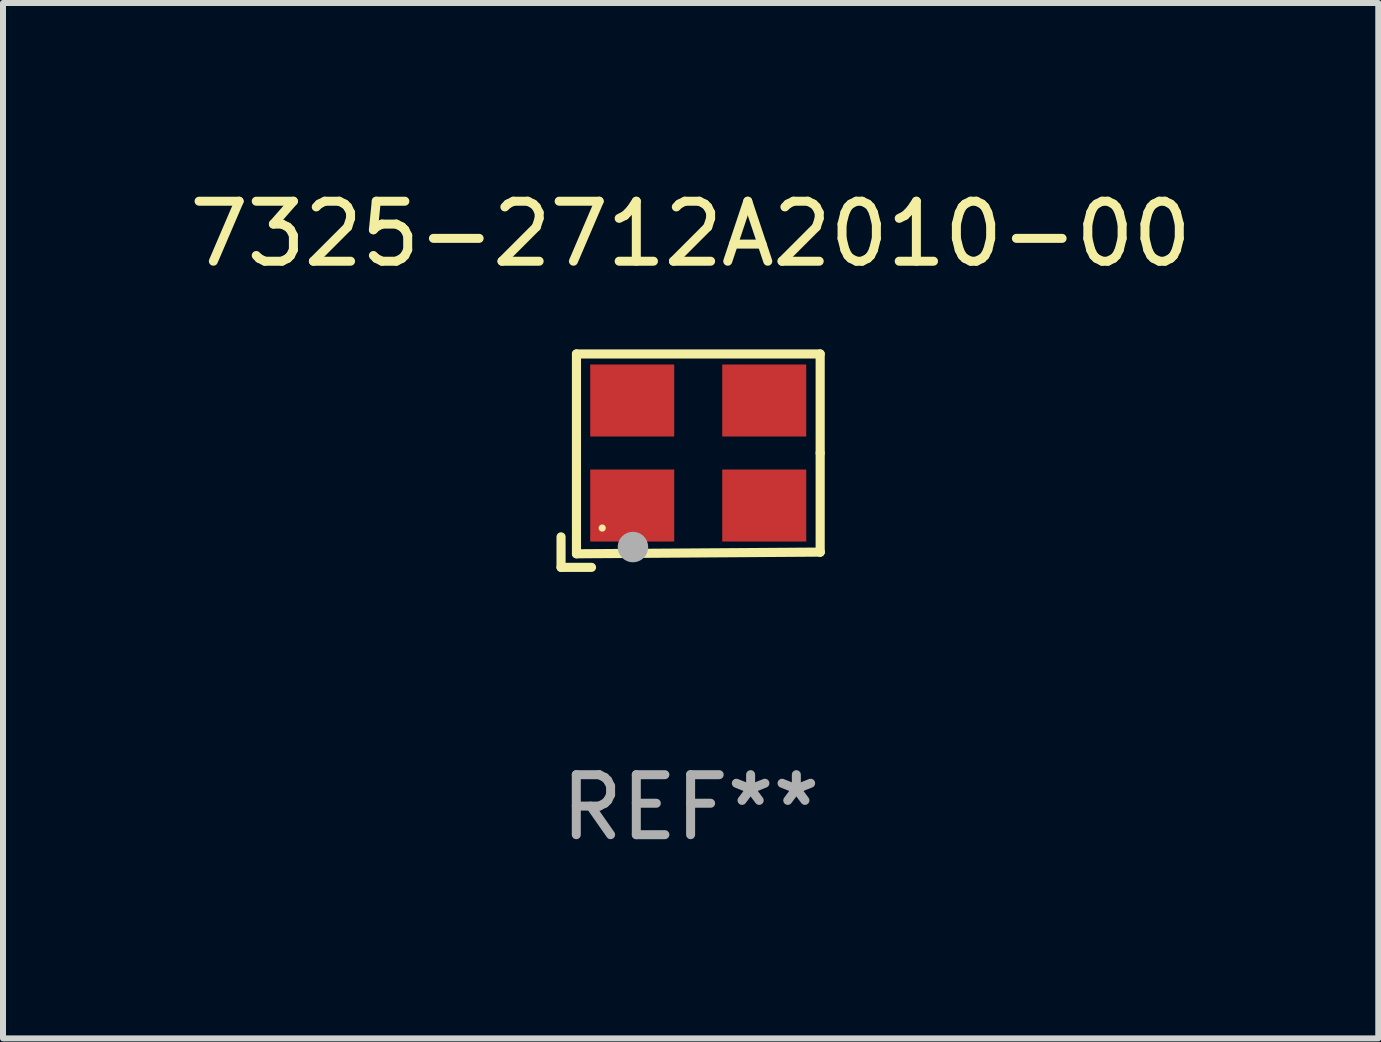
<source format=kicad_pcb>
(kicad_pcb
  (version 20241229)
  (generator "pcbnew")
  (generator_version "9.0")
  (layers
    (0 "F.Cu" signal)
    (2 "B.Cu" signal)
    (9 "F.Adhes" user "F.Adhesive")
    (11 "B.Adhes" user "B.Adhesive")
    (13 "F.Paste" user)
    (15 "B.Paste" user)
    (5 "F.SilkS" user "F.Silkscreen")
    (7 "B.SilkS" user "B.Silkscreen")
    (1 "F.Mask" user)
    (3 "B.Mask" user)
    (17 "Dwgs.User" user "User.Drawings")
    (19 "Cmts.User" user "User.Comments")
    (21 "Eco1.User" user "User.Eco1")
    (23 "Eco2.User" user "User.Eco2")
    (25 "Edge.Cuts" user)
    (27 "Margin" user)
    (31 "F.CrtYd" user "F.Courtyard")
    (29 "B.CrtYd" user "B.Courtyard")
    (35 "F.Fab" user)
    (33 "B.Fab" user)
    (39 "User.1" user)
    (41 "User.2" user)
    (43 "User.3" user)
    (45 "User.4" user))
  (footprint "7325-2712A2010-00"
    (layer "F.Cu")
    (at 8.458 4.626)
    (property "Reference" "7325-2712A2010-00" (at 0 -3.778 0) (layer "F.SilkS") (effects (font (size 1 1) (thickness 0.15))))
    (attr through_hole)
    (fp_line (start -2.159 1.27) (end -2.159 1.778) (stroke (width 0.152) (type solid)) (layer "F.SilkS"))
    (fp_line (start -2.159 1.778) (end -1.651 1.778) (stroke (width 0.152) (type solid)) (layer "F.SilkS"))
    (fp_line (start -1.902 -1.778) (end 2.159 -1.778) (stroke (width 0.152) (type solid)) (layer "F.SilkS"))
    (fp_line (start -1.902 1.552) (end -1.902 -1.778) (stroke (width 0.152) (type solid)) (layer "F.SilkS"))
    (fp_line (start 2.159 -1.778) (end 2.159 -0.127) (stroke (width 0.152) (type solid)) (layer "F.SilkS"))
    (fp_line (start 2.159 -0.127) (end 2.159 1.524) (stroke (width 0.152) (type solid)) (layer "F.SilkS"))
    (fp_line (start 2.159 1.524) (end -1.902 1.552) (stroke (width 0.152) (type solid)) (layer "F.SilkS"))
    (fp_line (start 2.159 1.524) (end 2.159 1.524) (stroke (width 0.152) (type solid)) (layer "F.SilkS"))
    (fp_circle (center -1.473 1.123) (end -1.443 1.123) (stroke (width 0.06) (type solid)) (fill no) (layer "F.SilkS"))
    (fp_circle (center -0.961 1.44) (end -0.834 1.44) (stroke (width 0.254) (type solid)) (fill no) (layer "F.Fab"))
    (fp_text user "REF**" (at 0 5.778 0) (layer "F.Fab") (effects (font (size 1 1) (thickness 0.15))))
    (pad "1" smd rect (at -0.973 0.748) (size 1.4 1.2) (layers "F.Cu" "F.Mask" "F.Paste"))
    (pad "2" smd rect (at 1.227 0.748) (size 1.4 1.2) (layers "F.Cu" "F.Mask" "F.Paste"))
    (pad "3" smd rect (at 1.227 -1.002) (size 1.4 1.2) (layers "F.Cu" "F.Mask" "F.Paste"))
    (pad "4" smd rect (at -0.973 -1.002) (size 1.4 1.2) (layers "F.Cu" "F.Mask" "F.Paste")))
  (gr_rect
    (start -3 -3)
    (end 19.917 14.253)
    (stroke (width 0.1) (type default))
    (fill no)
    (layer "Edge.Cuts")))
</source>
